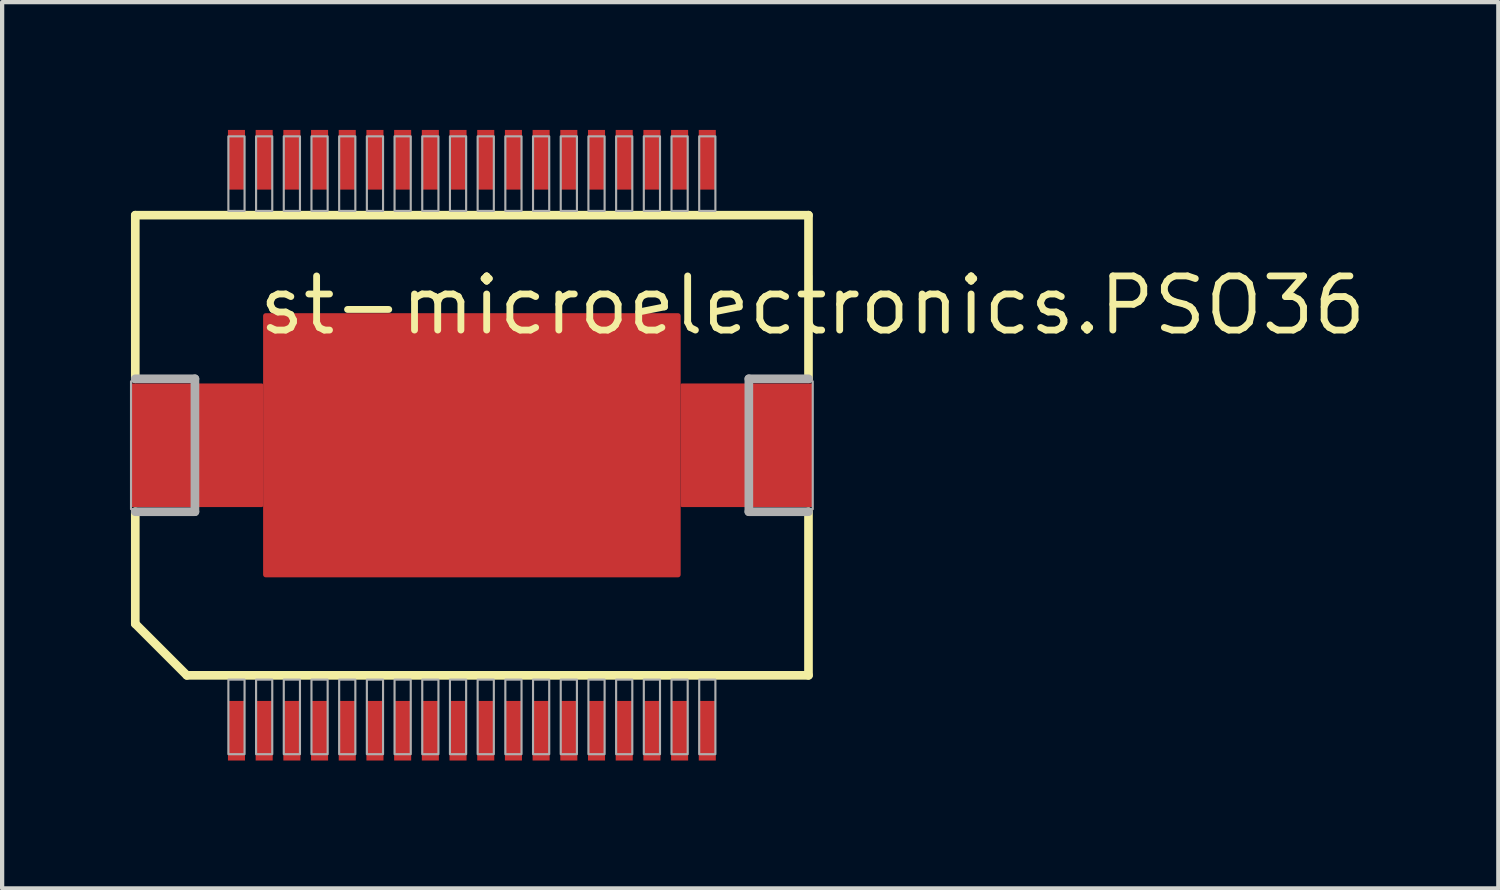
<source format=kicad_pcb>
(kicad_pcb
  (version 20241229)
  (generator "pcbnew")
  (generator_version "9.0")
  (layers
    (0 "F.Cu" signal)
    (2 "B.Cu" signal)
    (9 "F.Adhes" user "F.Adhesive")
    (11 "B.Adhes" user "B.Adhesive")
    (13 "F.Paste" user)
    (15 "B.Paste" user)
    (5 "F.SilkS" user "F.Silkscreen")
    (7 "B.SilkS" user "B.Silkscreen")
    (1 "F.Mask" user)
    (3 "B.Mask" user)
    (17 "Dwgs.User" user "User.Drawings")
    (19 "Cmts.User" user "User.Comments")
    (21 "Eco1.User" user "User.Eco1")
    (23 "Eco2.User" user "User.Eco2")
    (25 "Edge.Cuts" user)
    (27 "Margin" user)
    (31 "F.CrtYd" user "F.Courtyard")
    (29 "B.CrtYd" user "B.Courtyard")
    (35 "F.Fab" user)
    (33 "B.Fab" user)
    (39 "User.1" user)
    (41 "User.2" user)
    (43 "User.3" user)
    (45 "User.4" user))
  (footprint "st-microelectronics.PSO36"
    (layer "F.Cu")
    (at 8.025 7.4)
    (property "Reference" "st-microelectronics.PSO36" (at -5.08 -2.54 0) (layer "F.SilkS") (effects (font (size 1.27 1.27) (thickness 0.16)) (justify left bottom)))
    (attr smd)
    (fp_poly (pts (xy -4.9 1.4) (xy -7.9 1.4) (xy -7.9 -1.4) (xy -4.8 -1.4) (xy -4.8 -3) (xy 4.8 -3) (xy 4.8 -1.4) (xy 7.9 -1.4) (xy 7.9 1.4) (xy 4.8 1.4) (xy 4.8 3) (xy -4.8 3) (xy -4.8 1.4)) (stroke (width 0.203) (type default)) (fill yes) (layer "F.Mask"))
    (fp_line (start -7.9 -5.4) (end 7.9 -5.4) (stroke (width 0.203) (type default)) (layer "F.SilkS"))
    (fp_line (start -7.9 -1.56) (end -7.9 -5.4) (stroke (width 0.203) (type default)) (layer "F.SilkS"))
    (fp_line (start -7.9 4.19) (end -7.9 1.56) (stroke (width 0.203) (type default)) (layer "F.SilkS"))
    (fp_line (start -6.69 5.4) (end -7.9 4.19) (stroke (width 0.203) (type default)) (layer "F.SilkS"))
    (fp_line (start 7.9 -5.4) (end 7.9 -1.56) (stroke (width 0.203) (type default)) (layer "F.SilkS"))
    (fp_line (start 7.9 1.56) (end 7.9 5.4) (stroke (width 0.203) (type default)) (layer "F.SilkS"))
    (fp_line (start 7.9 5.4) (end -6.69 5.4) (stroke (width 0.203) (type default)) (layer "F.SilkS"))
    (fp_poly (pts (xy -7.7 -1.2) (xy -4.6 -1.2) (xy -4.6 -2.8) (xy 4.6 -2.8) (xy 4.6 -1.2) (xy 7.7 -1.2) (xy 7.7 1.2) (xy 4.6 1.2) (xy 4.6 2.8) (xy -4.6 2.8) (xy -4.6 1.2) (xy -7.7 1.2)) (stroke (width 0.203) (type default)) (fill yes) (layer "F.Paste"))
    (fp_line (start -7.9 1.56) (end -6.5 1.56) (stroke (width 0.203) (type default)) (layer "F.Fab"))
    (fp_line (start -6.5 -1.56) (end -7.9 -1.56) (stroke (width 0.203) (type default)) (layer "F.Fab"))
    (fp_line (start -6.5 1.56) (end -6.5 -1.56) (stroke (width 0.203) (type default)) (layer "F.Fab"))
    (fp_line (start 6.5 -1.56) (end 6.5 1.56) (stroke (width 0.203) (type default)) (layer "F.Fab"))
    (fp_line (start 6.5 1.56) (end 7.9 1.56) (stroke (width 0.203) (type default)) (layer "F.Fab"))
    (fp_line (start 7.9 -1.56) (end 6.5 -1.56) (stroke (width 0.203) (type default)) (layer "F.Fab"))
    (fp_rect (start -8 1.5) (end -6.5 -1.5) (stroke (width 0.05) (type default)) (fill no) (layer "F.Fab"))
    (fp_rect (start -5.715 -5.5) (end -5.335 -7.25) (stroke (width 0.05) (type default)) (fill no) (layer "F.Fab"))
    (fp_rect (start -5.715 7.25) (end -5.335 5.5) (stroke (width 0.05) (type default)) (fill no) (layer "F.Fab"))
    (fp_rect (start -5.065 -5.5) (end -4.685 -7.25) (stroke (width 0.05) (type default)) (fill no) (layer "F.Fab"))
    (fp_rect (start -5.065 7.25) (end -4.685 5.5) (stroke (width 0.05) (type default)) (fill no) (layer "F.Fab"))
    (fp_rect (start -4.415 -5.5) (end -4.035 -7.25) (stroke (width 0.05) (type default)) (fill no) (layer "F.Fab"))
    (fp_rect (start -4.415 7.25) (end -4.035 5.5) (stroke (width 0.05) (type default)) (fill no) (layer "F.Fab"))
    (fp_rect (start -3.765 -5.5) (end -3.385 -7.25) (stroke (width 0.05) (type default)) (fill no) (layer "F.Fab"))
    (fp_rect (start -3.765 7.25) (end -3.385 5.5) (stroke (width 0.05) (type default)) (fill no) (layer "F.Fab"))
    (fp_rect (start -3.115 -5.5) (end -2.735 -7.25) (stroke (width 0.05) (type default)) (fill no) (layer "F.Fab"))
    (fp_rect (start -3.115 7.25) (end -2.735 5.5) (stroke (width 0.05) (type default)) (fill no) (layer "F.Fab"))
    (fp_rect (start -2.465 -5.5) (end -2.085 -7.25) (stroke (width 0.05) (type default)) (fill no) (layer "F.Fab"))
    (fp_rect (start -2.465 7.25) (end -2.085 5.5) (stroke (width 0.05) (type default)) (fill no) (layer "F.Fab"))
    (fp_rect (start -1.815 -5.5) (end -1.435 -7.25) (stroke (width 0.05) (type default)) (fill no) (layer "F.Fab"))
    (fp_rect (start -1.815 7.25) (end -1.435 5.5) (stroke (width 0.05) (type default)) (fill no) (layer "F.Fab"))
    (fp_rect (start -1.165 -5.5) (end -0.785 -7.25) (stroke (width 0.05) (type default)) (fill no) (layer "F.Fab"))
    (fp_rect (start -1.165 7.25) (end -0.785 5.5) (stroke (width 0.05) (type default)) (fill no) (layer "F.Fab"))
    (fp_rect (start -0.515 -5.5) (end -0.135 -7.25) (stroke (width 0.05) (type default)) (fill no) (layer "F.Fab"))
    (fp_rect (start -0.515 7.25) (end -0.135 5.5) (stroke (width 0.05) (type default)) (fill no) (layer "F.Fab"))
    (fp_rect (start 0.135 -5.5) (end 0.515 -7.25) (stroke (width 0.05) (type default)) (fill no) (layer "F.Fab"))
    (fp_rect (start 0.135 7.25) (end 0.515 5.5) (stroke (width 0.05) (type default)) (fill no) (layer "F.Fab"))
    (fp_rect (start 0.785 -5.5) (end 1.165 -7.25) (stroke (width 0.05) (type default)) (fill no) (layer "F.Fab"))
    (fp_rect (start 0.785 7.25) (end 1.165 5.5) (stroke (width 0.05) (type default)) (fill no) (layer "F.Fab"))
    (fp_rect (start 1.435 -5.5) (end 1.815 -7.25) (stroke (width 0.05) (type default)) (fill no) (layer "F.Fab"))
    (fp_rect (start 1.435 7.25) (end 1.815 5.5) (stroke (width 0.05) (type default)) (fill no) (layer "F.Fab"))
    (fp_rect (start 2.085 -5.5) (end 2.465 -7.25) (stroke (width 0.05) (type default)) (fill no) (layer "F.Fab"))
    (fp_rect (start 2.085 7.25) (end 2.465 5.5) (stroke (width 0.05) (type default)) (fill no) (layer "F.Fab"))
    (fp_rect (start 2.735 -5.5) (end 3.115 -7.25) (stroke (width 0.05) (type default)) (fill no) (layer "F.Fab"))
    (fp_rect (start 2.735 7.25) (end 3.115 5.5) (stroke (width 0.05) (type default)) (fill no) (layer "F.Fab"))
    (fp_rect (start 3.385 -5.5) (end 3.765 -7.25) (stroke (width 0.05) (type default)) (fill no) (layer "F.Fab"))
    (fp_rect (start 3.385 7.25) (end 3.765 5.5) (stroke (width 0.05) (type default)) (fill no) (layer "F.Fab"))
    (fp_rect (start 4.035 -5.5) (end 4.415 -7.25) (stroke (width 0.05) (type default)) (fill no) (layer "F.Fab"))
    (fp_rect (start 4.035 7.25) (end 4.415 5.5) (stroke (width 0.05) (type default)) (fill no) (layer "F.Fab"))
    (fp_rect (start 4.685 -5.5) (end 5.065 -7.25) (stroke (width 0.05) (type default)) (fill no) (layer "F.Fab"))
    (fp_rect (start 4.685 7.25) (end 5.065 5.5) (stroke (width 0.05) (type default)) (fill no) (layer "F.Fab"))
    (fp_rect (start 5.335 -5.5) (end 5.715 -7.25) (stroke (width 0.05) (type default)) (fill no) (layer "F.Fab"))
    (fp_rect (start 5.335 7.25) (end 5.715 5.5) (stroke (width 0.05) (type default)) (fill no) (layer "F.Fab"))
    (fp_rect (start 6.5 1.5) (end 8 -1.5) (stroke (width 0.05) (type default)) (fill no) (layer "F.Fab"))
    (pad "1" smd roundrect (at -5.525 6.7) (size 0.4 1.4) (layers "F.Cu" "F.Mask" "F.Paste") (roundrect_rratio 0.01))
    (pad "2" smd roundrect (at -4.875 6.7) (size 0.4 1.4) (layers "F.Cu" "F.Mask" "F.Paste") (roundrect_rratio 0.01))
    (pad "3" smd roundrect (at -4.225 6.7) (size 0.4 1.4) (layers "F.Cu" "F.Mask" "F.Paste") (roundrect_rratio 0.01))
    (pad "4" smd roundrect (at -3.575 6.7) (size 0.4 1.4) (layers "F.Cu" "F.Mask" "F.Paste") (roundrect_rratio 0.01))
    (pad "5" smd roundrect (at -2.925 6.7) (size 0.4 1.4) (layers "F.Cu" "F.Mask" "F.Paste") (roundrect_rratio 0.01))
    (pad "6" smd roundrect (at -2.275 6.7) (size 0.4 1.4) (layers "F.Cu" "F.Mask" "F.Paste") (roundrect_rratio 0.01))
    (pad "7" smd roundrect (at -1.625 6.7) (size 0.4 1.4) (layers "F.Cu" "F.Mask" "F.Paste") (roundrect_rratio 0.01))
    (pad "8" smd roundrect (at -0.975 6.7) (size 0.4 1.4) (layers "F.Cu" "F.Mask" "F.Paste") (roundrect_rratio 0.01))
    (pad "9" smd roundrect (at -0.325 6.7) (size 0.4 1.4) (layers "F.Cu" "F.Mask" "F.Paste") (roundrect_rratio 0.01))
    (pad "10" smd roundrect (at 0.325 6.7) (size 0.4 1.4) (layers "F.Cu" "F.Mask" "F.Paste") (roundrect_rratio 0.01))
    (pad "11" smd roundrect (at 0.975 6.7) (size 0.4 1.4) (layers "F.Cu" "F.Mask" "F.Paste") (roundrect_rratio 0.01))
    (pad "12" smd roundrect (at 1.625 6.7) (size 0.4 1.4) (layers "F.Cu" "F.Mask" "F.Paste") (roundrect_rratio 0.01))
    (pad "13" smd roundrect (at 2.275 6.7) (size 0.4 1.4) (layers "F.Cu" "F.Mask" "F.Paste") (roundrect_rratio 0.01))
    (pad "14" smd roundrect (at 2.925 6.7) (size 0.4 1.4) (layers "F.Cu" "F.Mask" "F.Paste") (roundrect_rratio 0.01))
    (pad "15" smd roundrect (at 3.575 6.7) (size 0.4 1.4) (layers "F.Cu" "F.Mask" "F.Paste") (roundrect_rratio 0.01))
    (pad "16" smd roundrect (at 4.225 6.7) (size 0.4 1.4) (layers "F.Cu" "F.Mask" "F.Paste") (roundrect_rratio 0.01))
    (pad "17" smd roundrect (at 4.875 6.7) (size 0.4 1.4) (layers "F.Cu" "F.Mask" "F.Paste") (roundrect_rratio 0.01))
    (pad "18" smd roundrect (at 5.525 6.7) (size 0.4 1.4) (layers "F.Cu" "F.Mask" "F.Paste") (roundrect_rratio 0.01))
    (pad "19" smd roundrect (at 5.525 -6.7 180) (size 0.4 1.4) (layers "F.Cu" "F.Mask" "F.Paste") (roundrect_rratio 0.01))
    (pad "20" smd roundrect (at 4.875 -6.7 180) (size 0.4 1.4) (layers "F.Cu" "F.Mask" "F.Paste") (roundrect_rratio 0.01))
    (pad "21" smd roundrect (at 4.225 -6.7 180) (size 0.4 1.4) (layers "F.Cu" "F.Mask" "F.Paste") (roundrect_rratio 0.01))
    (pad "22" smd roundrect (at 3.575 -6.7 180) (size 0.4 1.4) (layers "F.Cu" "F.Mask" "F.Paste") (roundrect_rratio 0.01))
    (pad "23" smd roundrect (at 2.925 -6.7 180) (size 0.4 1.4) (layers "F.Cu" "F.Mask" "F.Paste") (roundrect_rratio 0.01))
    (pad "24" smd roundrect (at 2.275 -6.7 180) (size 0.4 1.4) (layers "F.Cu" "F.Mask" "F.Paste") (roundrect_rratio 0.01))
    (pad "25" smd roundrect (at 1.625 -6.7 180) (size 0.4 1.4) (layers "F.Cu" "F.Mask" "F.Paste") (roundrect_rratio 0.01))
    (pad "26" smd roundrect (at 0.975 -6.7 180) (size 0.4 1.4) (layers "F.Cu" "F.Mask" "F.Paste") (roundrect_rratio 0.01))
    (pad "27" smd roundrect (at 0.325 -6.7 180) (size 0.4 1.4) (layers "F.Cu" "F.Mask" "F.Paste") (roundrect_rratio 0.01))
    (pad "28" smd roundrect (at -0.325 -6.7 180) (size 0.4 1.4) (layers "F.Cu" "F.Mask" "F.Paste") (roundrect_rratio 0.01))
    (pad "29" smd roundrect (at -0.975 -6.7 180) (size 0.4 1.4) (layers "F.Cu" "F.Mask" "F.Paste") (roundrect_rratio 0.01))
    (pad "30" smd roundrect (at -1.625 -6.7 180) (size 0.4 1.4) (layers "F.Cu" "F.Mask" "F.Paste") (roundrect_rratio 0.01))
    (pad "31" smd roundrect (at -2.275 -6.7 180) (size 0.4 1.4) (layers "F.Cu" "F.Mask" "F.Paste") (roundrect_rratio 0.01))
    (pad "32" smd roundrect (at -2.925 -6.7 180) (size 0.4 1.4) (layers "F.Cu" "F.Mask" "F.Paste") (roundrect_rratio 0.01))
    (pad "33" smd roundrect (at -3.575 -6.7 180) (size 0.4 1.4) (layers "F.Cu" "F.Mask" "F.Paste") (roundrect_rratio 0.01))
    (pad "34" smd roundrect (at -4.225 -6.7 180) (size 0.4 1.4) (layers "F.Cu" "F.Mask" "F.Paste") (roundrect_rratio 0.01))
    (pad "35" smd roundrect (at -4.875 -6.7 180) (size 0.4 1.4) (layers "F.Cu" "F.Mask" "F.Paste") (roundrect_rratio 0.01))
    (pad "36" smd roundrect (at -5.525 -6.7 180) (size 0.4 1.4) (layers "F.Cu" "F.Mask" "F.Paste") (roundrect_rratio 0.01))
    (pad "M@1" smd roundrect (at 0 0) (size 9.8 6.2) (layers "F.Cu" "F.Mask" "F.Paste") (roundrect_rratio 0.01))
    (pad "M@2" smd roundrect (at -6.45 0) (size 3.1 2.9) (layers "F.Cu" "F.Mask" "F.Paste") (roundrect_rratio 0.01))
    (pad "M@3" smd roundrect (at 6.45 0) (size 3.1 2.9) (layers "F.Cu" "F.Mask" "F.Paste") (roundrect_rratio 0.01)))
  (gr_rect
    (start -3 -3)
    (end 32.115 17.8)
    (stroke (width 0.1) (type default))
    (fill no)
    (layer "Edge.Cuts")))
</source>
